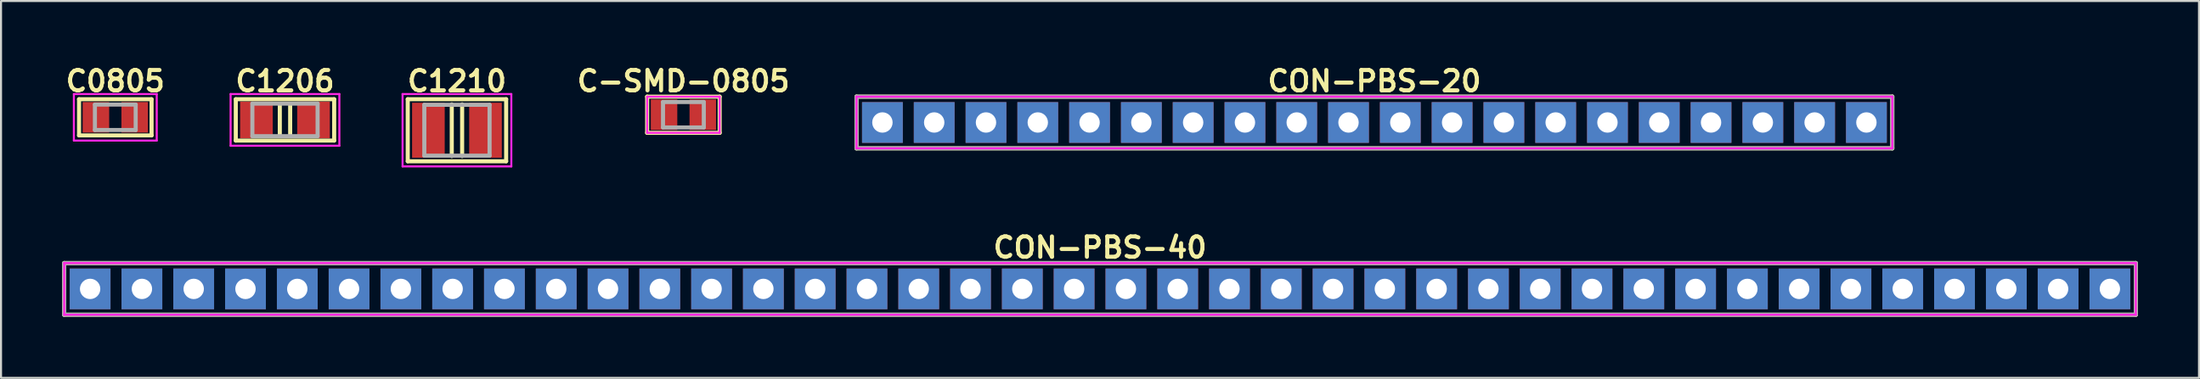
<source format=kicad_pcb>
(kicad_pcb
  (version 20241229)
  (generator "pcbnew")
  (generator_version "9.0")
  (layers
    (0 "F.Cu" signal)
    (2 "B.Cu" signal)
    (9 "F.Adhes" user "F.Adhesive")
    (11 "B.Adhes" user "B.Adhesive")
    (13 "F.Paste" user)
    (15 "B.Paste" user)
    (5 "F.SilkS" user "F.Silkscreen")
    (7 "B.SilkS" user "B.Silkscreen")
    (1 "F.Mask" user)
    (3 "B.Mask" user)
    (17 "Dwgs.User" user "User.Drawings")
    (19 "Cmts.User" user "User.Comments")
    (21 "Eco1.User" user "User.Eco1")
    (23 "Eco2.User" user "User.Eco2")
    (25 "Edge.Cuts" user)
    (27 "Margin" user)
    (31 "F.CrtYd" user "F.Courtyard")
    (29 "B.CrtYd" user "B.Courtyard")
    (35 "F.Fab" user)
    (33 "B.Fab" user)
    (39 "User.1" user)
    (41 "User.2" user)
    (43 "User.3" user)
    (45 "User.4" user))
  (footprint "C1210"
    (layer "F.Cu")
    (at 19.361 3.349)
    (property "Reference" "C1210" (at 0 -2.413 0) (layer "F.SilkS") (effects (font (size 1 1) (thickness 0.2))))
    (attr through_hole)
    (fp_line (start -2.413 -1.524) (end -2.413 1.524) (stroke (width 0.2) (type solid)) (layer "F.SilkS"))
    (fp_line (start -2.413 -1.524) (end 2.413 -1.524) (stroke (width 0.2) (type solid)) (layer "F.SilkS"))
    (fp_line (start -2.413 1.524) (end 2.413 1.524) (stroke (width 0.2) (type solid)) (layer "F.SilkS"))
    (fp_line (start -0.254 -1.27) (end -0.254 1.27) (stroke (width 0.2) (type solid)) (layer "F.SilkS"))
    (fp_line (start 0.254 -1.27) (end 0.254 1.27) (stroke (width 0.2) (type solid)) (layer "F.SilkS"))
    (fp_line (start 2.413 -1.524) (end 2.413 1.524) (stroke (width 0.2) (type solid)) (layer "F.SilkS"))
    (fp_line (start -2.667 -1.778) (end 2.667 -1.778) (stroke (width 0.1) (type solid)) (layer "F.CrtYd"))
    (fp_line (start -2.667 1.778) (end -2.667 -1.778) (stroke (width 0.1) (type solid)) (layer "F.CrtYd"))
    (fp_line (start 2.667 -1.778) (end 2.667 1.778) (stroke (width 0.1) (type solid)) (layer "F.CrtYd"))
    (fp_line (start 2.667 1.778) (end -2.667 1.778) (stroke (width 0.1) (type solid)) (layer "F.CrtYd"))
    (fp_line (start -1.6 -1.25) (end -1.6 1.25) (stroke (width 0.2) (type solid)) (layer "F.Fab"))
    (fp_line (start -1.6 -1.25) (end 1.6 -1.25) (stroke (width 0.2) (type solid)) (layer "F.Fab"))
    (fp_line (start -1.6 1.25) (end 1.6 1.25) (stroke (width 0.2) (type solid)) (layer "F.Fab"))
    (fp_line (start 1.6 -1.25) (end 1.6 1.25) (stroke (width 0.2) (type solid)) (layer "F.Fab"))
    (pad "1" smd rect (at -1.4 0) (size 1.6 2.7) (layers "F.Cu" "F.Mask" "F.Paste"))
    (pad "2" smd rect (at 1.4 0) (size 1.6 2.7) (layers "F.Cu" "F.Mask" "F.Paste")))
  (footprint "C0805"
    (layer "F.Cu")
    (at 2.605 2.714)
    (property "Reference" "C0805" (at 0 -1.778 0) (layer "F.SilkS") (effects (font (size 1 1) (thickness 0.2))))
    (attr through_hole)
    (fp_line (start -1.778 -0.889) (end 1.778 -0.889) (stroke (width 0.2) (type solid)) (layer "F.SilkS"))
    (fp_line (start -1.778 0.889) (end -1.778 -0.889) (stroke (width 0.2) (type solid)) (layer "F.SilkS"))
    (fp_line (start -1.778 0.889) (end 1.778 0.889) (stroke (width 0.2) (type solid)) (layer "F.SilkS"))
    (fp_line (start 1.778 -0.889) (end 1.778 0.889) (stroke (width 0.2) (type solid)) (layer "F.SilkS"))
    (fp_line (start -2.032 -1.143) (end 2.032 -1.143) (stroke (width 0.1) (type solid)) (layer "F.CrtYd"))
    (fp_line (start -2.032 1.143) (end -2.032 -1.143) (stroke (width 0.1) (type solid)) (layer "F.CrtYd"))
    (fp_line (start 2.032 -1.143) (end 2.032 1.143) (stroke (width 0.1) (type solid)) (layer "F.CrtYd"))
    (fp_line (start 2.032 1.143) (end -2.032 1.143) (stroke (width 0.1) (type solid)) (layer "F.CrtYd"))
    (fp_line (start -1 -0.625) (end -1 0.625) (stroke (width 0.2) (type solid)) (layer "F.Fab"))
    (fp_line (start -1 -0.625) (end 1 -0.625) (stroke (width 0.2) (type solid)) (layer "F.Fab"))
    (fp_line (start -1 0.625) (end 1 0.625) (stroke (width 0.2) (type solid)) (layer "F.Fab"))
    (fp_line (start 1 -0.625) (end 1 0.625) (stroke (width 0.2) (type solid)) (layer "F.Fab"))
    (pad "1" smd rect (at -0.95 0) (size 1.3 1.5) (layers "F.Cu" "F.Mask" "F.Paste"))
    (pad "2" smd rect (at 0.95 0) (size 1.3 1.5) (layers "F.Cu" "F.Mask" "F.Paste")))
  (footprint "CON-PBS-20"
    (layer "F.Cu")
    (at 64.358 2.968)
    (property "Reference" "CON-PBS-20" (at 0 -2.032 0) (layer "F.SilkS") (effects (font (size 1 1) (thickness 0.2))))
    (attr through_hole)
    (fp_line (start -25.4 -1.27) (end -25.4 1.27) (stroke (width 0.2) (type solid)) (layer "F.SilkS"))
    (fp_line (start -25.4 -1.27) (end 25.4 -1.27) (stroke (width 0.2) (type solid)) (layer "F.SilkS"))
    (fp_line (start -25.4 1.27) (end 25.4 1.27) (stroke (width 0.2) (type solid)) (layer "F.SilkS"))
    (fp_line (start 25.4 -1.27) (end 25.4 1.27) (stroke (width 0.2) (type solid)) (layer "F.SilkS"))
    (fp_line (start -25.4 -1.27) (end -25.4 1.27) (stroke (width 0.1) (type solid)) (layer "F.CrtYd"))
    (fp_line (start -25.4 -1.27) (end 25.4 -1.27) (stroke (width 0.1) (type solid)) (layer "F.CrtYd"))
    (fp_line (start -25.4 1.27) (end 25.4 1.27) (stroke (width 0.1) (type solid)) (layer "F.CrtYd"))
    (fp_line (start 25.4 -1.27) (end 25.4 1.27) (stroke (width 0.1) (type solid)) (layer "F.CrtYd"))
    (fp_line (start -25.4 -1.27) (end -25.4 1.27) (stroke (width 0.2) (type solid)) (layer "F.Fab"))
    (fp_line (start -25.4 -1.27) (end 25.4 -1.27) (stroke (width 0.2) (type solid)) (layer "F.Fab"))
    (fp_line (start -25.4 1.27) (end 25.4 1.27) (stroke (width 0.2) (type solid)) (layer "F.Fab"))
    (fp_line (start 25.4 -1.27) (end 25.4 1.27) (stroke (width 0.2) (type solid)) (layer "F.Fab"))
    (pad "1" thru_hole rect (at -24.13 0) (size 2 2) (drill 1) (layers "B.Cu" "B.Mask"))
    (pad "2" thru_hole rect (at -21.59 0) (size 2 2) (drill 1) (layers "B.Cu" "B.Mask"))
    (pad "3" thru_hole rect (at -19.05 0) (size 2 2) (drill 1) (layers "B.Cu" "B.Mask"))
    (pad "4" thru_hole rect (at -16.51 0) (size 2 2) (drill 1) (layers "B.Cu" "B.Mask"))
    (pad "5" thru_hole rect (at -13.97 0) (size 2 2) (drill 1) (layers "B.Cu" "B.Mask"))
    (pad "6" thru_hole rect (at -11.43 0) (size 2 2) (drill 1) (layers "B.Cu" "B.Mask"))
    (pad "7" thru_hole rect (at -8.89 0) (size 2 2) (drill 1) (layers "B.Cu" "B.Mask"))
    (pad "8" thru_hole rect (at -6.35 0) (size 2 2) (drill 1) (layers "B.Cu" "B.Mask"))
    (pad "9" thru_hole rect (at -3.81 0) (size 2 2) (drill 1) (layers "B.Cu" "B.Mask"))
    (pad "10" thru_hole rect (at -1.27 0) (size 2 2) (drill 1) (layers "B.Cu" "B.Mask"))
    (pad "11" thru_hole rect (at 1.27 0) (size 2 2) (drill 1) (layers "B.Cu" "B.Mask"))
    (pad "12" thru_hole rect (at 3.81 0) (size 2 2) (drill 1) (layers "B.Cu" "B.Mask"))
    (pad "13" thru_hole rect (at 6.35 0) (size 2 2) (drill 1) (layers "B.Cu" "B.Mask"))
    (pad "14" thru_hole rect (at 8.89 0) (size 2 2) (drill 1) (layers "B.Cu" "B.Mask"))
    (pad "15" thru_hole rect (at 11.43 0) (size 2 2) (drill 1) (layers "B.Cu" "B.Mask"))
    (pad "16" thru_hole rect (at 13.97 0) (size 2 2) (drill 1) (layers "B.Cu" "B.Mask"))
    (pad "17" thru_hole rect (at 16.51 0) (size 2 2) (drill 1) (layers "B.Cu" "B.Mask"))
    (pad "18" thru_hole rect (at 19.05 0) (size 2 2) (drill 1) (layers "B.Cu" "B.Mask"))
    (pad "19" thru_hole rect (at 21.59 0) (size 2 2) (drill 1) (layers "B.Cu" "B.Mask"))
    (pad "20" thru_hole rect (at 24.13 0) (size 2 2) (drill 1) (layers "B.Cu" "B.Mask")))
  (footprint "C1206"
    (layer "F.Cu")
    (at 10.927 2.841)
    (property "Reference" "C1206" (at 0 -1.905 0) (layer "F.SilkS") (effects (font (size 1 1) (thickness 0.2))))
    (attr through_hole)
    (fp_line (start -2.413 -1.016) (end -2.413 1.016) (stroke (width 0.2) (type solid)) (layer "F.SilkS"))
    (fp_line (start -2.413 -1.016) (end 2.413 -1.016) (stroke (width 0.2) (type solid)) (layer "F.SilkS"))
    (fp_line (start -2.413 1.016) (end 2.413 1.016) (stroke (width 0.2) (type solid)) (layer "F.SilkS"))
    (fp_line (start -0.254 -0.762) (end -0.254 0.762) (stroke (width 0.2) (type solid)) (layer "F.SilkS"))
    (fp_line (start 0.254 -0.762) (end 0.254 0.762) (stroke (width 0.2) (type solid)) (layer "F.SilkS"))
    (fp_line (start 2.413 -1.016) (end 2.413 1.016) (stroke (width 0.2) (type solid)) (layer "F.SilkS"))
    (fp_line (start -2.667 -1.27) (end 2.667 -1.27) (stroke (width 0.1) (type solid)) (layer "F.CrtYd"))
    (fp_line (start -2.667 1.27) (end -2.667 -1.27) (stroke (width 0.1) (type solid)) (layer "F.CrtYd"))
    (fp_line (start 2.667 -1.27) (end 2.667 1.27) (stroke (width 0.1) (type solid)) (layer "F.CrtYd"))
    (fp_line (start 2.667 1.27) (end -2.667 1.27) (stroke (width 0.1) (type solid)) (layer "F.CrtYd"))
    (fp_line (start -1.6 -0.8) (end -1.6 0.8) (stroke (width 0.2) (type solid)) (layer "F.Fab"))
    (fp_line (start -1.6 -0.8) (end 1.6 -0.8) (stroke (width 0.2) (type solid)) (layer "F.Fab"))
    (fp_line (start -1.6 0.8) (end 1.6 0.8) (stroke (width 0.2) (type solid)) (layer "F.Fab"))
    (fp_line (start 1.6 -0.8) (end 1.6 0.8) (stroke (width 0.2) (type solid)) (layer "F.Fab"))
    (pad "1" smd rect (at -1.4 0) (size 1.6 1.8) (layers "F.Cu" "F.Mask" "F.Paste"))
    (pad "2" smd rect (at 1.4 0) (size 1.6 1.8) (layers "F.Cu" "F.Mask" "F.Paste")))
  (footprint "C-SMD-0805"
    (layer "F.Cu")
    (at 30.468 2.587)
    (property "Reference" "C-SMD-0805" (at 0 -1.651 0) (layer "F.SilkS") (effects (font (size 1 1) (thickness 0.2))))
    (attr through_hole)
    (fp_line (start -1.778 -0.889) (end 1.778 -0.889) (stroke (width 0.2) (type solid)) (layer "F.SilkS"))
    (fp_line (start -1.778 0.889) (end -1.778 -0.889) (stroke (width 0.2) (type solid)) (layer "F.SilkS"))
    (fp_line (start -1.778 0.889) (end 1.778 0.889) (stroke (width 0.2) (type solid)) (layer "F.SilkS"))
    (fp_line (start 1.778 -0.889) (end 1.778 0.889) (stroke (width 0.2) (type solid)) (layer "F.SilkS"))
    (fp_line (start -1.778 -0.889) (end 1.778 -0.889) (stroke (width 0.1) (type solid)) (layer "F.CrtYd"))
    (fp_line (start -1.778 0.889) (end -1.778 -0.889) (stroke (width 0.1) (type solid)) (layer "F.CrtYd"))
    (fp_line (start 1.778 -0.889) (end 1.778 0.889) (stroke (width 0.1) (type solid)) (layer "F.CrtYd"))
    (fp_line (start 1.778 0.889) (end -1.778 0.889) (stroke (width 0.1) (type solid)) (layer "F.CrtYd"))
    (fp_line (start -1 -0.625) (end -1 0.625) (stroke (width 0.2) (type solid)) (layer "F.Fab"))
    (fp_line (start -1 -0.625) (end 1 -0.625) (stroke (width 0.2) (type solid)) (layer "F.Fab"))
    (fp_line (start -1 0.625) (end 1 0.625) (stroke (width 0.2) (type solid)) (layer "F.Fab"))
    (fp_line (start 1 -0.625) (end 1 0.625) (stroke (width 0.2) (type solid)) (layer "F.Fab"))
    (pad "1" smd rect (at -0.95 0) (size 1.3 1.5) (layers "F.Cu" "F.Mask"))
    (pad "2" smd rect (at 0.95 0) (size 1.3 1.5) (layers "F.Cu" "F.Mask")))
  (footprint "CON-PBS-40"
    (layer "F.Cu")
    (at 50.9 11.145)
    (property "Reference" "CON-PBS-40" (at 0 -2.032 0) (layer "F.SilkS") (effects (font (size 1 1) (thickness 0.2))))
    (attr through_hole)
    (fp_line (start -50.8 -1.27) (end -50.8 1.27) (stroke (width 0.2) (type solid)) (layer "F.SilkS"))
    (fp_line (start -50.8 -1.27) (end 50.8 -1.27) (stroke (width 0.2) (type solid)) (layer "F.SilkS"))
    (fp_line (start -50.8 1.27) (end 50.8 1.27) (stroke (width 0.2) (type solid)) (layer "F.SilkS"))
    (fp_line (start 50.8 -1.27) (end 50.8 1.27) (stroke (width 0.2) (type solid)) (layer "F.SilkS"))
    (fp_line (start -50.8 -1.27) (end -50.8 1.27) (stroke (width 0.1) (type solid)) (layer "F.CrtYd"))
    (fp_line (start -50.8 -1.27) (end 50.8 -1.27) (stroke (width 0.1) (type solid)) (layer "F.CrtYd"))
    (fp_line (start -50.8 1.27) (end 50.8 1.27) (stroke (width 0.1) (type solid)) (layer "F.CrtYd"))
    (fp_line (start 50.8 -1.27) (end 50.8 1.27) (stroke (width 0.1) (type solid)) (layer "F.CrtYd"))
    (fp_line (start -50.8 -1.27) (end -50.8 1.27) (stroke (width 0.2) (type solid)) (layer "F.Fab"))
    (fp_line (start -50.8 -1.27) (end 50.8 -1.27) (stroke (width 0.2) (type solid)) (layer "F.Fab"))
    (fp_line (start -50.8 1.27) (end 50.8 1.27) (stroke (width 0.2) (type solid)) (layer "F.Fab"))
    (fp_line (start 50.8 -1.27) (end 50.8 1.27) (stroke (width 0.2) (type solid)) (layer "F.Fab"))
    (pad "1" thru_hole rect (at -49.53 0) (size 2 2) (drill 1) (layers "B.Cu" "B.Mask"))
    (pad "2" thru_hole rect (at -46.99 0) (size 2 2) (drill 1) (layers "B.Cu" "B.Mask"))
    (pad "3" thru_hole rect (at -44.45 0) (size 2 2) (drill 1) (layers "B.Cu" "B.Mask"))
    (pad "4" thru_hole rect (at -41.91 0) (size 2 2) (drill 1) (layers "B.Cu" "B.Mask"))
    (pad "5" thru_hole rect (at -39.37 0) (size 2 2) (drill 1) (layers "B.Cu" "B.Mask"))
    (pad "6" thru_hole rect (at -36.83 0) (size 2 2) (drill 1) (layers "B.Cu" "B.Mask"))
    (pad "7" thru_hole rect (at -34.29 0) (size 2 2) (drill 1) (layers "B.Cu" "B.Mask"))
    (pad "8" thru_hole rect (at -31.75 0) (size 2 2) (drill 1) (layers "B.Cu" "B.Mask"))
    (pad "9" thru_hole rect (at -29.21 0) (size 2 2) (drill 1) (layers "B.Cu" "B.Mask"))
    (pad "10" thru_hole rect (at -26.67 0) (size 2 2) (drill 1) (layers "B.Cu" "B.Mask"))
    (pad "11" thru_hole rect (at -24.13 0) (size 2 2) (drill 1) (layers "B.Cu" "B.Mask"))
    (pad "12" thru_hole rect (at -21.59 0) (size 2 2) (drill 1) (layers "B.Cu" "B.Mask"))
    (pad "13" thru_hole rect (at -19.05 0) (size 2 2) (drill 1) (layers "B.Cu" "B.Mask"))
    (pad "14" thru_hole rect (at -16.51 0) (size 2 2) (drill 1) (layers "B.Cu" "B.Mask"))
    (pad "15" thru_hole rect (at -13.97 0) (size 2 2) (drill 1) (layers "B.Cu" "B.Mask"))
    (pad "16" thru_hole rect (at -11.43 0) (size 2 2) (drill 1) (layers "B.Cu" "B.Mask"))
    (pad "17" thru_hole rect (at -8.89 0) (size 2 2) (drill 1) (layers "B.Cu" "B.Mask"))
    (pad "18" thru_hole rect (at -6.35 0) (size 2 2) (drill 1) (layers "B.Cu" "B.Mask"))
    (pad "19" thru_hole rect (at -3.81 0) (size 2 2) (drill 1) (layers "B.Cu" "B.Mask"))
    (pad "20" thru_hole rect (at -1.27 0) (size 2 2) (drill 1) (layers "B.Cu" "B.Mask"))
    (pad "21" thru_hole rect (at 1.27 0) (size 2 2) (drill 1) (layers "B.Cu" "B.Mask"))
    (pad "22" thru_hole rect (at 3.81 0) (size 2 2) (drill 1) (layers "B.Cu" "B.Mask"))
    (pad "23" thru_hole rect (at 6.35 0) (size 2 2) (drill 1) (layers "B.Cu" "B.Mask"))
    (pad "24" thru_hole rect (at 8.89 0) (size 2 2) (drill 1) (layers "B.Cu" "B.Mask"))
    (pad "25" thru_hole rect (at 11.43 0) (size 2 2) (drill 1) (layers "B.Cu" "B.Mask"))
    (pad "26" thru_hole rect (at 13.97 0) (size 2 2) (drill 1) (layers "B.Cu" "B.Mask"))
    (pad "27" thru_hole rect (at 16.51 0) (size 2 2) (drill 1) (layers "B.Cu" "B.Mask"))
    (pad "28" thru_hole rect (at 19.05 0) (size 2 2) (drill 1) (layers "B.Cu" "B.Mask"))
    (pad "29" thru_hole rect (at 21.59 0) (size 2 2) (drill 1) (layers "B.Cu" "B.Mask"))
    (pad "30" thru_hole rect (at 24.13 0) (size 2 2) (drill 1) (layers "B.Cu" "B.Mask"))
    (pad "31" thru_hole rect (at 26.67 0) (size 2 2) (drill 1) (layers "B.Cu" "B.Mask"))
    (pad "32" thru_hole rect (at 29.21 0) (size 2 2) (drill 1) (layers "B.Cu" "B.Mask"))
    (pad "33" thru_hole rect (at 31.75 0) (size 2 2) (drill 1) (layers "B.Cu" "B.Mask"))
    (pad "34" thru_hole rect (at 34.29 0) (size 2 2) (drill 1) (layers "B.Cu" "B.Mask"))
    (pad "35" thru_hole rect (at 36.83 0) (size 2 2) (drill 1) (layers "B.Cu" "B.Mask"))
    (pad "36" thru_hole rect (at 39.37 0) (size 2 2) (drill 1) (layers "B.Cu" "B.Mask"))
    (pad "37" thru_hole rect (at 41.91 0) (size 2 2) (drill 1) (layers "B.Cu" "B.Mask"))
    (pad "38" thru_hole rect (at 44.45 0) (size 2 2) (drill 1) (layers "B.Cu" "B.Mask"))
    (pad "39" thru_hole rect (at 46.99 0) (size 2 2) (drill 1) (layers "B.Cu" "B.Mask"))
    (pad "40" thru_hole rect (at 49.53 0) (size 2 2) (drill 1) (layers "B.Cu" "B.Mask")))
  (gr_rect
    (start -3 -3)
    (end 104.8 15.515)
    (stroke (width 0.1) (type default))
    (fill no)
    (layer "Edge.Cuts")))
</source>
